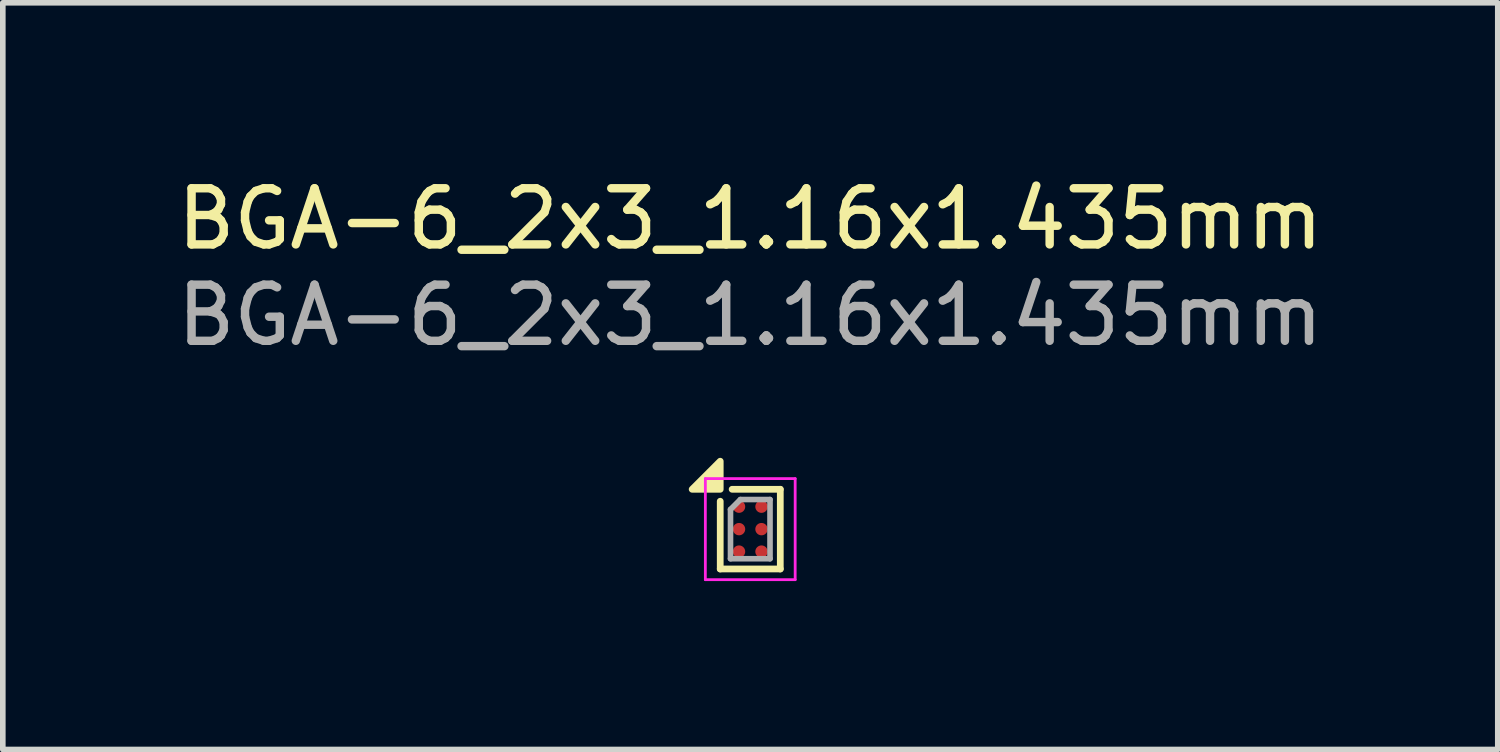
<source format=kicad_pcb>
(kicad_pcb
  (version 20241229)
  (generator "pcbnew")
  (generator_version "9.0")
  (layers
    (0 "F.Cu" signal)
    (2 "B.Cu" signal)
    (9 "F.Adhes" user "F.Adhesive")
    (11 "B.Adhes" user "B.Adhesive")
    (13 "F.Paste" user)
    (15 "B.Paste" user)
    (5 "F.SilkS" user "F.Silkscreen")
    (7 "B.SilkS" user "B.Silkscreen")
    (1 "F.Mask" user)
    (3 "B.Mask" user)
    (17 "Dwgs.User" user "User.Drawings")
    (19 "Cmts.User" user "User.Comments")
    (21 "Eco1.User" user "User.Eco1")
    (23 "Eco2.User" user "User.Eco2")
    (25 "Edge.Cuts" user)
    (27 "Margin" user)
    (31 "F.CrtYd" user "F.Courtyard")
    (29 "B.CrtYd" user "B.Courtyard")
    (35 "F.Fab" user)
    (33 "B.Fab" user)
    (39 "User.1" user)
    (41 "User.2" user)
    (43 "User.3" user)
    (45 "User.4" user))
  (footprint "BGA-6_2x3_1.16x1.435mm"
    (layer "F.Cu")
    (at 10.315 6.376)
    (property "Reference" "BGA-6_2x3_1.16x1.435mm" (at 0 -5.527 0) (layer "F.SilkS") (effects (font (size 1 1) (thickness 0.15))))
    (attr smd)
    (fp_line (start -0.535 0.71) (end -0.535 -0.497) (stroke (width 0.12) (type solid)) (layer "F.SilkS"))
    (fp_line (start -0.323 -0.71) (end 0.535 -0.71) (stroke (width 0.12) (type solid)) (layer "F.SilkS"))
    (fp_line (start 0.535 -0.71) (end 0.535 0.71) (stroke (width 0.12) (type solid)) (layer "F.SilkS"))
    (fp_line (start 0.535 0.71) (end -0.535 0.71) (stroke (width 0.12) (type solid)) (layer "F.SilkS"))
    (fp_poly (pts (xy -0.535 -0.71) (xy -1.035 -0.71) (xy -0.535 -1.21) (xy -0.535 -0.71)) (stroke (width 0.12) (type solid)) (fill yes) (layer "F.SilkS"))
    (fp_line (start -0.8 -0.9) (end 0.8 -0.9) (stroke (width 0.05) (type default)) (layer "F.CrtYd"))
    (fp_line (start -0.8 0.9) (end -0.8 -0.9) (stroke (width 0.05) (type default)) (layer "F.CrtYd"))
    (fp_line (start 0.8 -0.9) (end 0.8 0.9) (stroke (width 0.05) (type default)) (layer "F.CrtYd"))
    (fp_line (start 0.8 0.9) (end -0.8 0.9) (stroke (width 0.05) (type default)) (layer "F.CrtYd"))
    (fp_line (start -0.352 -0.351) (end -0.176 -0.527) (stroke (width 0.1) (type solid)) (layer "F.Fab"))
    (fp_line (start -0.352 0.527) (end -0.352 -0.351) (stroke (width 0.1) (type solid)) (layer "F.Fab"))
    (fp_line (start -0.176 -0.527) (end 0.352 -0.527) (stroke (width 0.1) (type solid)) (layer "F.Fab"))
    (fp_line (start 0.352 -0.527) (end 0.352 0.527) (stroke (width 0.1) (type solid)) (layer "F.Fab"))
    (fp_line (start 0.352 0.527) (end -0.352 0.527) (stroke (width 0.1) (type solid)) (layer "F.Fab"))
    (fp_text user "${REFERENCE}" (at 0 -3.81 0) (layer "F.Fab") (effects (font (size 1 1) (thickness 0.15))))
    (pad "A1" smd circle (at -0.2 -0.4) (size 0.22 0.22) (layers "F.Cu" "F.Mask" "F.Paste"))
    (pad "A2" smd circle (at 0.2 -0.4) (size 0.22 0.22) (layers "F.Cu" "F.Mask" "F.Paste"))
    (pad "B1" smd circle (at -0.2 0) (size 0.22 0.22) (layers "F.Cu" "F.Mask" "F.Paste"))
    (pad "B2" smd circle (at 0.2 0) (size 0.22 0.22) (layers "F.Cu" "F.Mask" "F.Paste"))
    (pad "C1" smd circle (at -0.2 0.4) (size 0.22 0.22) (layers "F.Cu" "F.Mask" "F.Paste"))
    (pad "C2" smd circle (at 0.2 0.4) (size 0.22 0.22) (layers "F.Cu" "F.Mask" "F.Paste")))
  (gr_rect
    (start -3 -3)
    (end 23.631 10.301)
    (stroke (width 0.1) (type default))
    (fill no)
    (layer "Edge.Cuts")))
</source>
